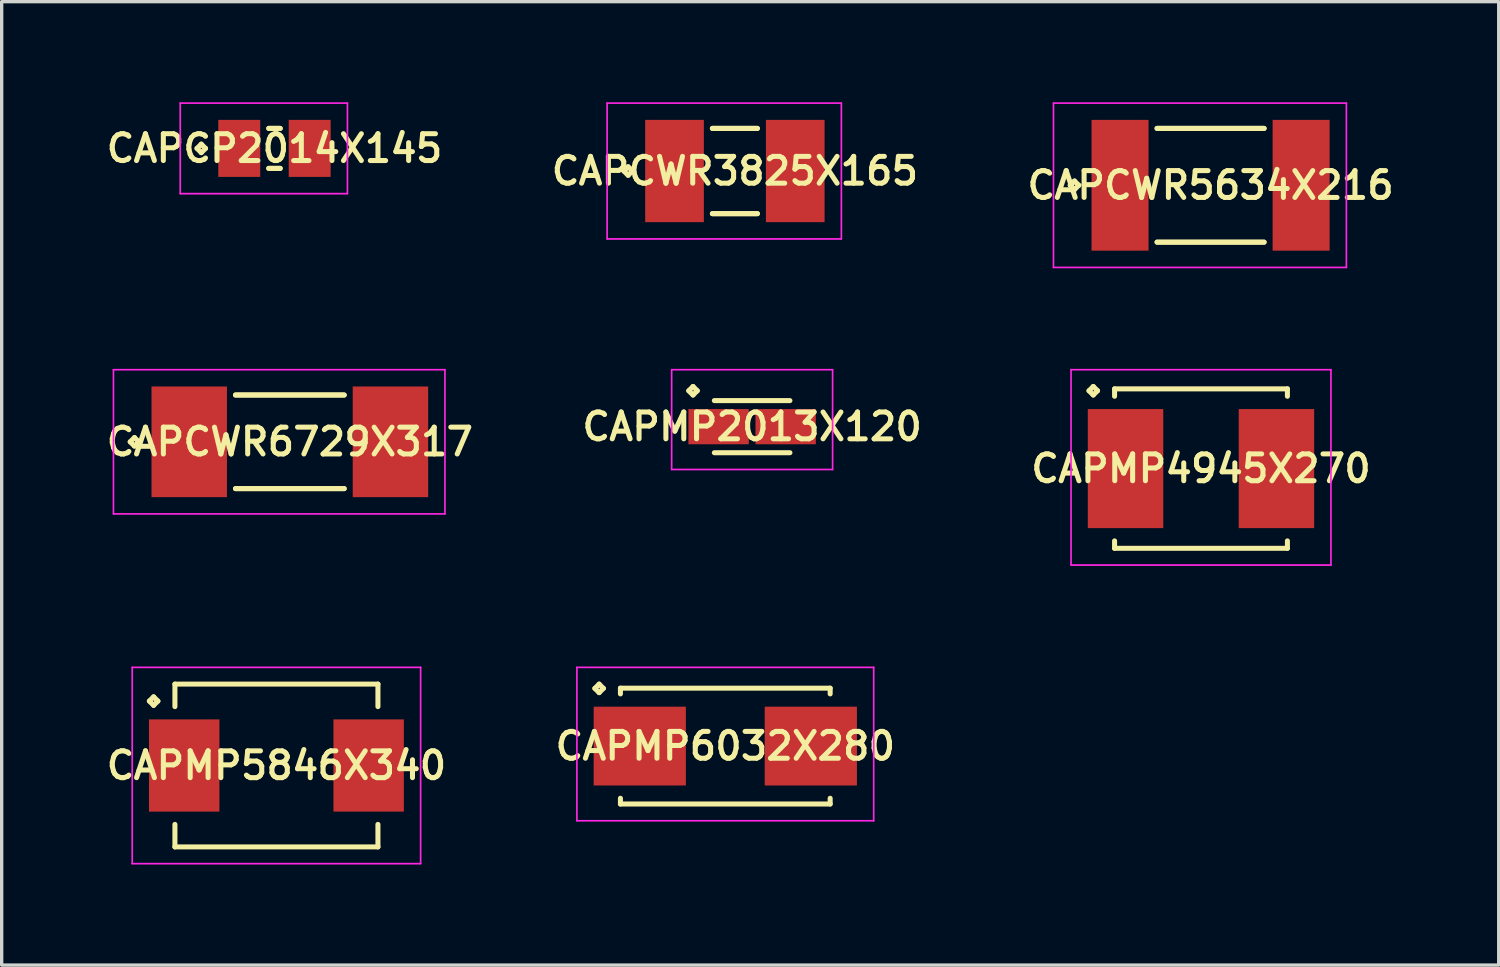
<source format=kicad_pcb>
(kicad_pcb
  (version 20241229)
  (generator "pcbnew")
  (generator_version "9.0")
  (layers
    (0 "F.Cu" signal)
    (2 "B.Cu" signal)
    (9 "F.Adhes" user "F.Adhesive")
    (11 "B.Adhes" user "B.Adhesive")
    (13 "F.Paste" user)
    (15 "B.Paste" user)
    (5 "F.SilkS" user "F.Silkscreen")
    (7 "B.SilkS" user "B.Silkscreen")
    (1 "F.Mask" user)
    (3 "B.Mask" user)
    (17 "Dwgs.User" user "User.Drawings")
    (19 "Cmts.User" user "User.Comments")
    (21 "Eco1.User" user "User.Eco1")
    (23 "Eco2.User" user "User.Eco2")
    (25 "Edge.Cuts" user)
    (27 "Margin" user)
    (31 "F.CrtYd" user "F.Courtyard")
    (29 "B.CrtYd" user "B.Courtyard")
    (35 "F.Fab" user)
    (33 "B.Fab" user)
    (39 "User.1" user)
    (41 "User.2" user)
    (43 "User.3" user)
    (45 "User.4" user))
  (footprint "CAPMP2013X120"
    (layer "F.Cu")
    (at 19.378 9.673)
    (property "Reference" "CAPMP2013X120" (at 0 0 0) (layer "F.SilkS") (effects (font (size 0.8 0.8) (thickness 0.15))))
    (attr smd)
    (fp_line (start -1.889 -1.071) (end -1.762 -1.198) (stroke (width 0.15) (type solid)) (layer "F.SilkS"))
    (fp_line (start -1.762 -1.198) (end -1.635 -1.071) (stroke (width 0.15) (type solid)) (layer "F.SilkS"))
    (fp_line (start -1.762 -0.944) (end -1.889 -1.071) (stroke (width 0.15) (type solid)) (layer "F.SilkS"))
    (fp_line (start -1.635 -1.071) (end -1.762 -0.944) (stroke (width 0.15) (type solid)) (layer "F.SilkS"))
    (fp_line (start -1.127 -0.777) (end 1.127 -0.777) (stroke (width 0.15) (type solid)) (layer "F.SilkS"))
    (fp_line (start -1.127 0.777) (end 1.127 0.777) (stroke (width 0.15) (type solid)) (layer "F.SilkS"))
    (fp_line (start -2.4 -1.698) (end 2.4 -1.698) (stroke (width 0.05) (type solid)) (layer "F.CrtYd"))
    (fp_line (start -2.4 1.277) (end -2.4 -1.698) (stroke (width 0.05) (type solid)) (layer "F.CrtYd"))
    (fp_line (start 2.4 -1.698) (end 2.4 1.277) (stroke (width 0.05) (type solid)) (layer "F.CrtYd"))
    (fp_line (start 2.4 1.277) (end -2.4 1.277) (stroke (width 0.05) (type solid)) (layer "F.CrtYd"))
    (pad "1" smd rect (at -1 0) (size 1.8 1.05) (layers "F.Cu" "F.Mask" "F.Paste"))
    (pad "2" smd rect (at 1 0) (size 1.8 1.05) (layers "F.Cu" "F.Mask" "F.Paste")))
  (footprint "CAPCWR5634X216"
    (layer "F.Cu")
    (at 33.049 2.475)
    (property "Reference" "CAPCWR5634X216" (at 0 0 0) (layer "F.SilkS") (effects (font (size 0.8 0.8) (thickness 0.15))))
    (attr smd)
    (fp_line (start -4.185 0) (end -4.058 -0.127) (stroke (width 0.15) (type solid)) (layer "F.SilkS"))
    (fp_line (start -4.058 -0.127) (end -3.931 0) (stroke (width 0.15) (type solid)) (layer "F.SilkS"))
    (fp_line (start -4.058 0.127) (end -4.185 0) (stroke (width 0.15) (type solid)) (layer "F.SilkS"))
    (fp_line (start -3.931 0) (end -4.058 0.127) (stroke (width 0.15) (type solid)) (layer "F.SilkS"))
    (fp_line (start -1.596 -1.696) (end 1.596 -1.696) (stroke (width 0.15) (type solid)) (layer "F.SilkS"))
    (fp_line (start -1.596 1.696) (end 1.596 1.696) (stroke (width 0.15) (type solid)) (layer "F.SilkS"))
    (fp_line (start 1.596 -1.696) (end -1.596 -1.696) (stroke (width 0.15) (type solid)) (layer "F.SilkS"))
    (fp_line (start 1.596 1.696) (end -1.596 1.696) (stroke (width 0.15) (type solid)) (layer "F.SilkS"))
    (fp_line (start -4.685 -2.45) (end 4.05 -2.45) (stroke (width 0.05) (type solid)) (layer "F.CrtYd"))
    (fp_line (start -4.685 2.45) (end -4.685 -2.45) (stroke (width 0.05) (type solid)) (layer "F.CrtYd"))
    (fp_line (start 4.05 -2.45) (end 4.05 2.45) (stroke (width 0.05) (type solid)) (layer "F.CrtYd"))
    (fp_line (start 4.05 2.45) (end -4.685 2.45) (stroke (width 0.05) (type solid)) (layer "F.CrtYd"))
    (pad "1" smd rect (at -2.7 0) (size 1.7 3.9) (layers "F.Cu" "F.Mask" "F.Paste"))
    (pad "2" smd rect (at 2.7 0) (size 1.7 3.9) (layers "F.Cu" "F.Mask" "F.Paste")))
  (footprint "CAPCWR3825X165"
    (layer "F.Cu")
    (at 18.864 2.05)
    (property "Reference" "CAPCWR3825X165" (at 0 0 0) (layer "F.SilkS") (effects (font (size 0.8 0.8) (thickness 0.15))))
    (attr smd)
    (fp_line (start -3.31 0) (end -3.183 -0.127) (stroke (width 0.15) (type solid)) (layer "F.SilkS"))
    (fp_line (start -3.183 -0.127) (end -3.056 0) (stroke (width 0.15) (type solid)) (layer "F.SilkS"))
    (fp_line (start -3.183 0.127) (end -3.31 0) (stroke (width 0.15) (type solid)) (layer "F.SilkS"))
    (fp_line (start -3.056 0) (end -3.183 0.127) (stroke (width 0.15) (type solid)) (layer "F.SilkS"))
    (fp_line (start -0.671 -1.271) (end 0.671 -1.271) (stroke (width 0.15) (type solid)) (layer "F.SilkS"))
    (fp_line (start -0.671 1.271) (end 0.671 1.271) (stroke (width 0.15) (type solid)) (layer "F.SilkS"))
    (fp_line (start 0.671 -1.271) (end -0.671 -1.271) (stroke (width 0.15) (type solid)) (layer "F.SilkS"))
    (fp_line (start 0.671 1.271) (end -0.671 1.271) (stroke (width 0.15) (type solid)) (layer "F.SilkS"))
    (fp_line (start -3.81 -2.025) (end 3.175 -2.025) (stroke (width 0.05) (type solid)) (layer "F.CrtYd"))
    (fp_line (start -3.81 2.025) (end -3.81 -2.025) (stroke (width 0.05) (type solid)) (layer "F.CrtYd"))
    (fp_line (start 3.175 -2.025) (end 3.175 2.025) (stroke (width 0.05) (type solid)) (layer "F.CrtYd"))
    (fp_line (start 3.175 2.025) (end -3.81 2.025) (stroke (width 0.05) (type solid)) (layer "F.CrtYd"))
    (pad "1" smd rect (at -1.8 0) (size 1.75 3.05) (layers "F.Cu" "F.Mask" "F.Paste"))
    (pad "2" smd rect (at 1.8 0) (size 1.75 3.05) (layers "F.Cu" "F.Mask" "F.Paste")))
  (footprint "CAPMP4945X270"
    (layer "F.Cu")
    (at 32.763 10.923)
    (property "Reference" "CAPMP4945X270" (at 0 0 0) (layer "F.SilkS") (effects (font (size 0.8 0.8) (thickness 0.15))))
    (attr smd)
    (fp_line (start -3.339 -2.321) (end -3.212 -2.448) (stroke (width 0.15) (type solid)) (layer "F.SilkS"))
    (fp_line (start -3.212 -2.448) (end -3.085 -2.321) (stroke (width 0.15) (type solid)) (layer "F.SilkS"))
    (fp_line (start -3.212 -2.194) (end -3.339 -2.321) (stroke (width 0.15) (type solid)) (layer "F.SilkS"))
    (fp_line (start -3.085 -2.321) (end -3.212 -2.194) (stroke (width 0.15) (type solid)) (layer "F.SilkS"))
    (fp_line (start -2.577 -2.377) (end 2.577 -2.377) (stroke (width 0.15) (type solid)) (layer "F.SilkS"))
    (fp_line (start -2.577 -2.156) (end -2.577 -2.377) (stroke (width 0.15) (type solid)) (layer "F.SilkS"))
    (fp_line (start -2.577 2.156) (end -2.577 2.377) (stroke (width 0.15) (type solid)) (layer "F.SilkS"))
    (fp_line (start -2.577 2.377) (end 2.577 2.377) (stroke (width 0.15) (type solid)) (layer "F.SilkS"))
    (fp_line (start 2.577 -2.377) (end 2.577 -2.156) (stroke (width 0.15) (type solid)) (layer "F.SilkS"))
    (fp_line (start 2.577 2.377) (end 2.577 2.156) (stroke (width 0.15) (type solid)) (layer "F.SilkS"))
    (fp_line (start -3.875 -2.948) (end 3.875 -2.948) (stroke (width 0.05) (type solid)) (layer "F.CrtYd"))
    (fp_line (start -3.875 2.877) (end -3.875 -2.948) (stroke (width 0.05) (type solid)) (layer "F.CrtYd"))
    (fp_line (start 3.875 -2.948) (end 3.875 2.877) (stroke (width 0.05) (type solid)) (layer "F.CrtYd"))
    (fp_line (start 3.875 2.877) (end -3.875 2.877) (stroke (width 0.05) (type solid)) (layer "F.CrtYd"))
    (pad "1" smd rect (at -2.25 0) (size 2.25 3.55) (layers "F.Cu" "F.Mask" "F.Paste"))
    (pad "2" smd rect (at 2.25 0) (size 2.25 3.55) (layers "F.Cu" "F.Mask" "F.Paste")))
  (footprint "CAPCP2014X145"
    (layer "F.Cu")
    (at 5.135 1.375)
    (property "Reference" "CAPCP2014X145" (at 0 0 0) (layer "F.SilkS") (effects (font (size 0.8 0.8) (thickness 0.15))))
    (attr smd)
    (fp_line (start -2.31 0) (end -2.183 -0.127) (stroke (width 0.15) (type solid)) (layer "F.SilkS"))
    (fp_line (start -2.183 -0.127) (end -2.056 0) (stroke (width 0.15) (type solid)) (layer "F.SilkS"))
    (fp_line (start -2.183 0.127) (end -2.31 0) (stroke (width 0.15) (type solid)) (layer "F.SilkS"))
    (fp_line (start -2.056 0) (end -2.183 0.127) (stroke (width 0.15) (type solid)) (layer "F.SilkS"))
    (fp_line (start -0.171 -0.596) (end 0.171 -0.596) (stroke (width 0.15) (type solid)) (layer "F.SilkS"))
    (fp_line (start -0.171 0.596) (end 0.171 0.596) (stroke (width 0.15) (type solid)) (layer "F.SilkS"))
    (fp_line (start 0.171 -0.596) (end -0.171 -0.596) (stroke (width 0.15) (type solid)) (layer "F.SilkS"))
    (fp_line (start 0.171 0.596) (end -0.171 0.596) (stroke (width 0.15) (type solid)) (layer "F.SilkS"))
    (fp_line (start -2.81 -1.35) (end 2.175 -1.35) (stroke (width 0.05) (type solid)) (layer "F.CrtYd"))
    (fp_line (start -2.81 1.35) (end -2.81 -1.35) (stroke (width 0.05) (type solid)) (layer "F.CrtYd"))
    (fp_line (start 2.175 -1.35) (end 2.175 1.35) (stroke (width 0.05) (type solid)) (layer "F.CrtYd"))
    (fp_line (start 2.175 1.35) (end -2.81 1.35) (stroke (width 0.05) (type solid)) (layer "F.CrtYd"))
    (pad "1" smd rect (at -1.05 0) (size 1.25 1.7) (layers "F.Cu" "F.Mask" "F.Paste"))
    (pad "2" smd rect (at 1.05 0) (size 1.25 1.7) (layers "F.Cu" "F.Mask" "F.Paste")))
  (footprint "CAPCWR6729X317"
    (layer "F.Cu")
    (at 5.593 10.125)
    (property "Reference" "CAPCWR6729X317" (at 0 0 0) (layer "F.SilkS") (effects (font (size 0.8 0.8) (thickness 0.15))))
    (attr smd)
    (fp_line (start -4.76 0) (end -4.633 -0.127) (stroke (width 0.15) (type solid)) (layer "F.SilkS"))
    (fp_line (start -4.633 -0.127) (end -4.506 0) (stroke (width 0.15) (type solid)) (layer "F.SilkS"))
    (fp_line (start -4.633 0.127) (end -4.76 0) (stroke (width 0.15) (type solid)) (layer "F.SilkS"))
    (fp_line (start -4.506 0) (end -4.633 0.127) (stroke (width 0.15) (type solid)) (layer "F.SilkS"))
    (fp_line (start -1.621 -1.396) (end 1.621 -1.396) (stroke (width 0.15) (type solid)) (layer "F.SilkS"))
    (fp_line (start -1.621 1.396) (end 1.621 1.396) (stroke (width 0.15) (type solid)) (layer "F.SilkS"))
    (fp_line (start 1.621 -1.396) (end -1.621 -1.396) (stroke (width 0.15) (type solid)) (layer "F.SilkS"))
    (fp_line (start 1.621 1.396) (end -1.621 1.396) (stroke (width 0.15) (type solid)) (layer "F.SilkS"))
    (fp_line (start -5.26 -2.15) (end 4.625 -2.15) (stroke (width 0.05) (type solid)) (layer "F.CrtYd"))
    (fp_line (start -5.26 2.15) (end -5.26 -2.15) (stroke (width 0.05) (type solid)) (layer "F.CrtYd"))
    (fp_line (start 4.625 -2.15) (end 4.625 2.15) (stroke (width 0.05) (type solid)) (layer "F.CrtYd"))
    (fp_line (start 4.625 2.15) (end -5.26 2.15) (stroke (width 0.05) (type solid)) (layer "F.CrtYd"))
    (pad "1" smd rect (at -3 0) (size 2.25 3.3) (layers "F.Cu" "F.Mask" "F.Paste"))
    (pad "2" smd rect (at 3 0) (size 2.25 3.3) (layers "F.Cu" "F.Mask" "F.Paste")))
  (footprint "CAPMP6032X280"
    (layer "F.Cu")
    (at 18.578 19.198)
    (property "Reference" "CAPMP6032X280" (at 0 0 0) (layer "F.SilkS") (effects (font (size 0.8 0.8) (thickness 0.15))))
    (attr smd)
    (fp_line (start -3.889 -1.721) (end -3.762 -1.848) (stroke (width 0.15) (type solid)) (layer "F.SilkS"))
    (fp_line (start -3.762 -1.848) (end -3.635 -1.721) (stroke (width 0.15) (type solid)) (layer "F.SilkS"))
    (fp_line (start -3.762 -1.594) (end -3.889 -1.721) (stroke (width 0.15) (type solid)) (layer "F.SilkS"))
    (fp_line (start -3.635 -1.721) (end -3.762 -1.594) (stroke (width 0.15) (type solid)) (layer "F.SilkS"))
    (fp_line (start -3.127 -1.727) (end 3.127 -1.727) (stroke (width 0.15) (type solid)) (layer "F.SilkS"))
    (fp_line (start -3.127 -1.556) (end -3.127 -1.727) (stroke (width 0.15) (type solid)) (layer "F.SilkS"))
    (fp_line (start -3.127 1.556) (end -3.127 1.727) (stroke (width 0.15) (type solid)) (layer "F.SilkS"))
    (fp_line (start -3.127 1.727) (end 3.127 1.727) (stroke (width 0.15) (type solid)) (layer "F.SilkS"))
    (fp_line (start 3.127 -1.727) (end 3.127 -1.556) (stroke (width 0.15) (type solid)) (layer "F.SilkS"))
    (fp_line (start 3.127 1.727) (end 3.127 1.556) (stroke (width 0.15) (type solid)) (layer "F.SilkS"))
    (fp_line (start -4.425 -2.348) (end 4.425 -2.348) (stroke (width 0.05) (type solid)) (layer "F.CrtYd"))
    (fp_line (start -4.425 2.227) (end -4.425 -2.348) (stroke (width 0.05) (type solid)) (layer "F.CrtYd"))
    (fp_line (start 4.425 -2.348) (end 4.425 2.227) (stroke (width 0.05) (type solid)) (layer "F.CrtYd"))
    (fp_line (start 4.425 2.227) (end -4.425 2.227) (stroke (width 0.05) (type solid)) (layer "F.CrtYd"))
    (pad "1" smd rect (at -2.55 0) (size 2.75 2.35) (layers "F.Cu" "F.Mask" "F.Paste"))
    (pad "2" smd rect (at 2.55 0) (size 2.75 2.35) (layers "F.Cu" "F.Mask" "F.Paste")))
  (footprint "CAPMP5846X340"
    (layer "F.Cu")
    (at 5.193 19.777)
    (property "Reference" "CAPMP5846X340" (at 0 0 0) (layer "F.SilkS") (effects (font (size 0.8 0.8) (thickness 0.15))))
    (attr smd)
    (fp_line (start -3.789 -1.921) (end -3.662 -2.048) (stroke (width 0.15) (type solid)) (layer "F.SilkS"))
    (fp_line (start -3.662 -2.048) (end -3.535 -1.921) (stroke (width 0.15) (type solid)) (layer "F.SilkS"))
    (fp_line (start -3.662 -1.794) (end -3.789 -1.921) (stroke (width 0.15) (type solid)) (layer "F.SilkS"))
    (fp_line (start -3.535 -1.921) (end -3.662 -1.794) (stroke (width 0.15) (type solid)) (layer "F.SilkS"))
    (fp_line (start -3.027 -2.427) (end 3.027 -2.427) (stroke (width 0.15) (type solid)) (layer "F.SilkS"))
    (fp_line (start -3.027 -1.756) (end -3.027 -2.427) (stroke (width 0.15) (type solid)) (layer "F.SilkS"))
    (fp_line (start -3.027 1.756) (end -3.027 2.427) (stroke (width 0.15) (type solid)) (layer "F.SilkS"))
    (fp_line (start -3.027 2.427) (end 3.027 2.427) (stroke (width 0.15) (type solid)) (layer "F.SilkS"))
    (fp_line (start 3.027 -2.427) (end 3.027 -1.756) (stroke (width 0.15) (type solid)) (layer "F.SilkS"))
    (fp_line (start 3.027 2.427) (end 3.027 1.756) (stroke (width 0.15) (type solid)) (layer "F.SilkS"))
    (fp_line (start -4.3 -2.927) (end 4.3 -2.927) (stroke (width 0.05) (type solid)) (layer "F.CrtYd"))
    (fp_line (start -4.3 2.927) (end -4.3 -2.927) (stroke (width 0.05) (type solid)) (layer "F.CrtYd"))
    (fp_line (start 4.3 -2.927) (end 4.3 2.927) (stroke (width 0.05) (type solid)) (layer "F.CrtYd"))
    (fp_line (start 4.3 2.927) (end -4.3 2.927) (stroke (width 0.05) (type solid)) (layer "F.CrtYd"))
    (pad "1" smd rect (at -2.75 0) (size 2.1 2.75) (layers "F.Cu" "F.Mask" "F.Paste"))
    (pad "2" smd rect (at 2.75 0) (size 2.1 2.75) (layers "F.Cu" "F.Mask" "F.Paste")))
  (gr_rect
    (start -3 -3)
    (end 41.641 25.729)
    (stroke (width 0.1) (type default))
    (fill no)
    (layer "Edge.Cuts")))
</source>
